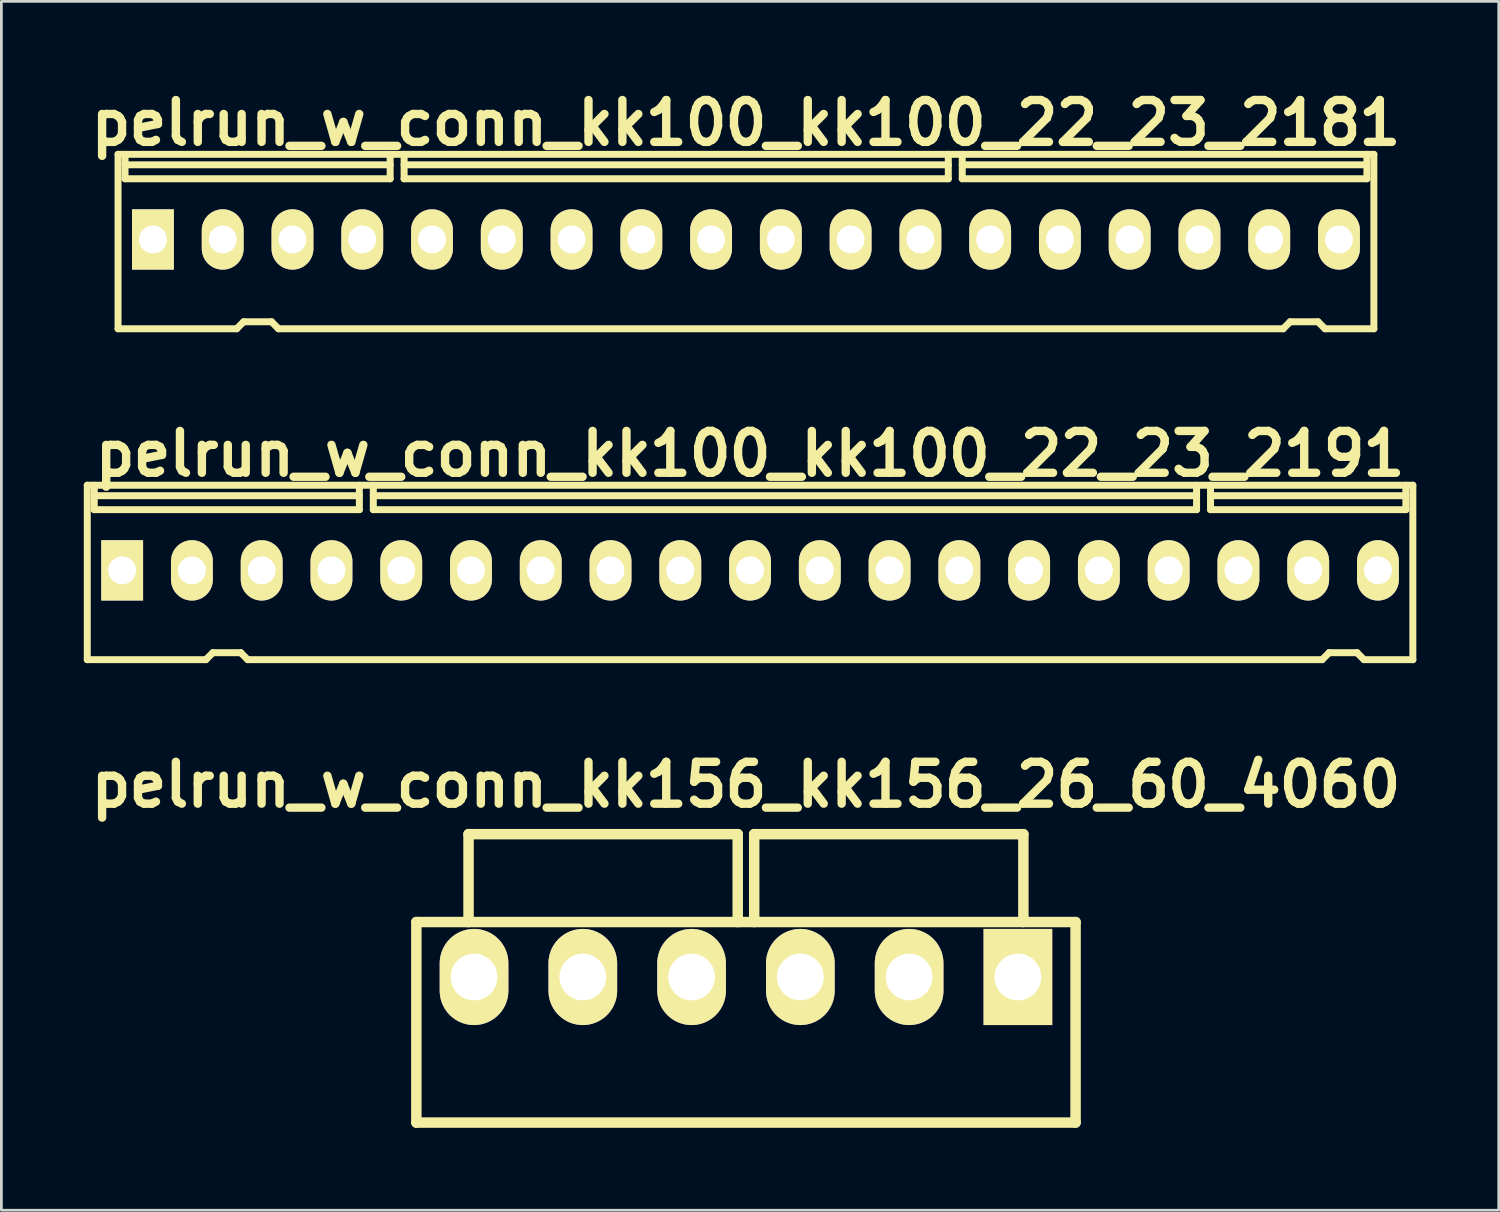
<source format=kicad_pcb>
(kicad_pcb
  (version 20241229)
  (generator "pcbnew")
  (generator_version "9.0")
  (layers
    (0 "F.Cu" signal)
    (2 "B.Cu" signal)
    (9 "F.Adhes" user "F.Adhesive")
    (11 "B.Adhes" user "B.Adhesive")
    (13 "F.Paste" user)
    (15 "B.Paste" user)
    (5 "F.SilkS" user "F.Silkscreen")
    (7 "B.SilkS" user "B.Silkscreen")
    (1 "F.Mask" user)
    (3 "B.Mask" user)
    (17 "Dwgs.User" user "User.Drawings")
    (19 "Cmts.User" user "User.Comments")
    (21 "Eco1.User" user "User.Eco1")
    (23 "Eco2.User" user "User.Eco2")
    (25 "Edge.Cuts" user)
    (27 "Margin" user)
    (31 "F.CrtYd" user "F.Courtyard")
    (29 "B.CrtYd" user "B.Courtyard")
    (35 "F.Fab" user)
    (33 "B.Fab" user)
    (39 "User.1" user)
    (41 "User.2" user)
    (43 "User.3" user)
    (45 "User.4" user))
  (footprint "pelrun_w_conn_kk100_kk100_22_23_2181"
    (layer "F.Cu")
    (at 24.108 5.744)
    (property "Reference" "pelrun_w_conn_kk100_kk100_22_23_2181" (at 0 -4.318 0) (layer "F.SilkS") (effects (font (size 1.524 1.524) (thickness 0.305))))
    (attr through_hole)
    (fp_line (start -22.86 3.175) (end -22.86 -3.175) (stroke (width 0.254) (type solid)) (layer "F.SilkS"))
    (fp_line (start -22.606 -2.286) (end -22.606 -3.175) (stroke (width 0.254) (type solid)) (layer "F.SilkS"))
    (fp_line (start -18.542 3.175) (end -22.86 3.175) (stroke (width 0.254) (type solid)) (layer "F.SilkS"))
    (fp_line (start -18.288 2.921) (end -18.542 3.175) (stroke (width 0.254) (type solid)) (layer "F.SilkS"))
    (fp_line (start -18.288 2.921) (end -17.272 2.921) (stroke (width 0.254) (type solid)) (layer "F.SilkS"))
    (fp_line (start -17.272 2.921) (end -17.018 3.175) (stroke (width 0.254) (type solid)) (layer "F.SilkS"))
    (fp_line (start -17.018 3.175) (end 19.558 3.175) (stroke (width 0.254) (type solid)) (layer "F.SilkS"))
    (fp_line (start -12.954 -2.794) (end -22.606 -2.794) (stroke (width 0.254) (type solid)) (layer "F.SilkS"))
    (fp_line (start -12.954 -2.286) (end -22.606 -2.286) (stroke (width 0.254) (type solid)) (layer "F.SilkS"))
    (fp_line (start -12.954 -2.286) (end -12.954 -3.175) (stroke (width 0.254) (type solid)) (layer "F.SilkS"))
    (fp_line (start -12.446 -2.794) (end 7.366 -2.794) (stroke (width 0.254) (type solid)) (layer "F.SilkS"))
    (fp_line (start -12.446 -2.286) (end -12.446 -3.175) (stroke (width 0.254) (type solid)) (layer "F.SilkS"))
    (fp_line (start 7.366 -2.286) (end -12.446 -2.286) (stroke (width 0.254) (type solid)) (layer "F.SilkS"))
    (fp_line (start 7.366 -2.286) (end 7.366 -3.175) (stroke (width 0.254) (type solid)) (layer "F.SilkS"))
    (fp_line (start 7.874 -2.286) (end 7.874 -3.175) (stroke (width 0.254) (type solid)) (layer "F.SilkS"))
    (fp_line (start 7.874 -2.286) (end 22.606 -2.286) (stroke (width 0.254) (type solid)) (layer "F.SilkS"))
    (fp_line (start 19.812 2.921) (end 19.558 3.175) (stroke (width 0.254) (type solid)) (layer "F.SilkS"))
    (fp_line (start 19.812 2.921) (end 20.828 2.921) (stroke (width 0.254) (type solid)) (layer "F.SilkS"))
    (fp_line (start 20.828 2.921) (end 21.082 3.175) (stroke (width 0.254) (type solid)) (layer "F.SilkS"))
    (fp_line (start 21.082 3.175) (end 22.86 3.175) (stroke (width 0.254) (type solid)) (layer "F.SilkS"))
    (fp_line (start 22.606 -2.794) (end 7.874 -2.794) (stroke (width 0.254) (type solid)) (layer "F.SilkS"))
    (fp_line (start 22.606 -2.286) (end 22.606 -3.175) (stroke (width 0.254) (type solid)) (layer "F.SilkS"))
    (fp_line (start 22.86 -3.175) (end -22.86 -3.175) (stroke (width 0.254) (type solid)) (layer "F.SilkS"))
    (fp_line (start 22.86 -3.175) (end 22.86 3.175) (stroke (width 0.254) (type solid)) (layer "F.SilkS"))
    (pad "1" thru_hole rect (at -21.59 -0.076) (size 1.524 2.197) (drill 1.016) (layers "*.Cu" "*.Mask" "F.SilkS"))
    (pad "2" thru_hole oval (at -19.05 -0.076) (size 1.524 2.197) (drill 1.016) (layers "*.Cu" "*.Mask" "F.SilkS"))
    (pad "3" thru_hole oval (at -16.51 -0.076) (size 1.524 2.197) (drill 1.016) (layers "*.Cu" "*.Mask" "F.SilkS"))
    (pad "4" thru_hole oval (at -13.97 -0.076) (size 1.524 2.197) (drill 1.016) (layers "*.Cu" "*.Mask" "F.SilkS"))
    (pad "5" thru_hole oval (at -11.43 -0.076) (size 1.524 2.197) (drill 1.016) (layers "*.Cu" "*.Mask" "F.SilkS"))
    (pad "6" thru_hole oval (at -8.89 -0.076) (size 1.524 2.197) (drill 1.016) (layers "*.Cu" "*.Mask" "F.SilkS"))
    (pad "7" thru_hole oval (at -6.35 -0.076) (size 1.524 2.197) (drill 1.016) (layers "*.Cu" "*.Mask" "F.SilkS"))
    (pad "8" thru_hole oval (at -3.81 -0.076) (size 1.524 2.197) (drill 1.016) (layers "*.Cu" "*.Mask" "F.SilkS"))
    (pad "9" thru_hole oval (at -1.27 -0.076) (size 1.524 2.197) (drill 1.016) (layers "*.Cu" "*.Mask" "F.SilkS"))
    (pad "10" thru_hole oval (at 1.27 -0.076) (size 1.524 2.197) (drill 1.016) (layers "*.Cu" "*.Mask" "F.SilkS"))
    (pad "11" thru_hole oval (at 3.81 -0.076) (size 1.524 2.197) (drill 1.016) (layers "*.Cu" "*.Mask" "F.SilkS"))
    (pad "12" thru_hole oval (at 6.35 -0.076) (size 1.524 2.197) (drill 1.016) (layers "*.Cu" "*.Mask" "F.SilkS"))
    (pad "13" thru_hole oval (at 8.89 -0.076) (size 1.524 2.197) (drill 1.016) (layers "*.Cu" "*.Mask" "F.SilkS"))
    (pad "14" thru_hole oval (at 11.43 -0.076) (size 1.524 2.197) (drill 1.016) (layers "*.Cu" "*.Mask" "F.SilkS"))
    (pad "15" thru_hole oval (at 13.97 -0.076) (size 1.524 2.197) (drill 1.016) (layers "*.Cu" "*.Mask" "F.SilkS"))
    (pad "16" thru_hole oval (at 16.51 -0.076) (size 1.524 2.197) (drill 1.016) (layers "*.Cu" "*.Mask" "F.SilkS"))
    (pad "17" thru_hole oval (at 19.05 -0.076) (size 1.524 2.197) (drill 1.016) (layers "*.Cu" "*.Mask" "F.SilkS"))
    (pad "18" thru_hole oval (at 21.59 -0.076) (size 1.524 2.197) (drill 1.016) (layers "*.Cu" "*.Mask" "F.SilkS")))
  (footprint "pelrun_w_conn_kk100_kk100_22_23_2191"
    (layer "F.Cu")
    (at 24.257 17.791)
    (property "Reference" "pelrun_w_conn_kk100_kk100_22_23_2191" (at 0 -4.318 0) (layer "F.SilkS") (effects (font (size 1.524 1.524) (thickness 0.305))))
    (attr through_hole)
    (fp_line (start -24.13 3.175) (end -24.13 -3.175) (stroke (width 0.254) (type solid)) (layer "F.SilkS"))
    (fp_line (start -23.876 -2.286) (end -23.876 -3.175) (stroke (width 0.254) (type solid)) (layer "F.SilkS"))
    (fp_line (start -19.812 3.175) (end -24.13 3.175) (stroke (width 0.254) (type solid)) (layer "F.SilkS"))
    (fp_line (start -19.558 2.921) (end -19.812 3.175) (stroke (width 0.254) (type solid)) (layer "F.SilkS"))
    (fp_line (start -19.558 2.921) (end -18.542 2.921) (stroke (width 0.254) (type solid)) (layer "F.SilkS"))
    (fp_line (start -18.542 2.921) (end -18.288 3.175) (stroke (width 0.254) (type solid)) (layer "F.SilkS"))
    (fp_line (start -18.288 3.175) (end 20.828 3.175) (stroke (width 0.254) (type solid)) (layer "F.SilkS"))
    (fp_line (start -14.224 -2.794) (end -23.876 -2.794) (stroke (width 0.254) (type solid)) (layer "F.SilkS"))
    (fp_line (start -14.224 -2.286) (end -23.876 -2.286) (stroke (width 0.254) (type solid)) (layer "F.SilkS"))
    (fp_line (start -14.224 -2.286) (end -14.224 -3.175) (stroke (width 0.254) (type solid)) (layer "F.SilkS"))
    (fp_line (start -13.716 -2.286) (end -13.716 -3.175) (stroke (width 0.254) (type solid)) (layer "F.SilkS"))
    (fp_line (start -13.716 -2.286) (end 16.256 -2.286) (stroke (width 0.254) (type solid)) (layer "F.SilkS"))
    (fp_line (start 16.256 -2.794) (end -13.716 -2.794) (stroke (width 0.254) (type solid)) (layer "F.SilkS"))
    (fp_line (start 16.256 -2.286) (end 16.256 -3.175) (stroke (width 0.254) (type solid)) (layer "F.SilkS"))
    (fp_line (start 16.764 -2.794) (end 23.876 -2.794) (stroke (width 0.254) (type solid)) (layer "F.SilkS"))
    (fp_line (start 16.764 -2.286) (end 16.764 -3.175) (stroke (width 0.254) (type solid)) (layer "F.SilkS"))
    (fp_line (start 16.764 -2.286) (end 23.876 -2.286) (stroke (width 0.254) (type solid)) (layer "F.SilkS"))
    (fp_line (start 21.082 2.921) (end 20.828 3.175) (stroke (width 0.254) (type solid)) (layer "F.SilkS"))
    (fp_line (start 21.082 2.921) (end 22.098 2.921) (stroke (width 0.254) (type solid)) (layer "F.SilkS"))
    (fp_line (start 22.098 2.921) (end 22.352 3.175) (stroke (width 0.254) (type solid)) (layer "F.SilkS"))
    (fp_line (start 22.352 3.175) (end 24.13 3.175) (stroke (width 0.254) (type solid)) (layer "F.SilkS"))
    (fp_line (start 23.876 -2.286) (end 23.876 -3.175) (stroke (width 0.254) (type solid)) (layer "F.SilkS"))
    (fp_line (start 24.13 -3.175) (end -24.13 -3.175) (stroke (width 0.254) (type solid)) (layer "F.SilkS"))
    (fp_line (start 24.13 -3.175) (end 24.13 3.175) (stroke (width 0.254) (type solid)) (layer "F.SilkS"))
    (pad "1" thru_hole rect (at -22.86 -0.076) (size 1.524 2.197) (drill 1.016) (layers "*.Cu" "*.Mask" "F.SilkS"))
    (pad "2" thru_hole oval (at -20.32 -0.076) (size 1.524 2.197) (drill 1.016) (layers "*.Cu" "*.Mask" "F.SilkS"))
    (pad "3" thru_hole oval (at -17.78 -0.076) (size 1.524 2.197) (drill 1.016) (layers "*.Cu" "*.Mask" "F.SilkS"))
    (pad "4" thru_hole oval (at -15.24 -0.076) (size 1.524 2.197) (drill 1.016) (layers "*.Cu" "*.Mask" "F.SilkS"))
    (pad "5" thru_hole oval (at -12.7 -0.076) (size 1.524 2.197) (drill 1.016) (layers "*.Cu" "*.Mask" "F.SilkS"))
    (pad "6" thru_hole oval (at -10.16 -0.076) (size 1.524 2.197) (drill 1.016) (layers "*.Cu" "*.Mask" "F.SilkS"))
    (pad "7" thru_hole oval (at -7.62 -0.076) (size 1.524 2.197) (drill 1.016) (layers "*.Cu" "*.Mask" "F.SilkS"))
    (pad "8" thru_hole oval (at -5.08 -0.076) (size 1.524 2.197) (drill 1.016) (layers "*.Cu" "*.Mask" "F.SilkS"))
    (pad "9" thru_hole oval (at -2.54 -0.076) (size 1.524 2.197) (drill 1.016) (layers "*.Cu" "*.Mask" "F.SilkS"))
    (pad "10" thru_hole oval (at 0 -0.076) (size 1.524 2.197) (drill 1.016) (layers "*.Cu" "*.Mask" "F.SilkS"))
    (pad "11" thru_hole oval (at 2.54 -0.076) (size 1.524 2.197) (drill 1.016) (layers "*.Cu" "*.Mask" "F.SilkS"))
    (pad "12" thru_hole oval (at 5.08 -0.076) (size 1.524 2.197) (drill 1.016) (layers "*.Cu" "*.Mask" "F.SilkS"))
    (pad "13" thru_hole oval (at 7.62 -0.076) (size 1.524 2.197) (drill 1.016) (layers "*.Cu" "*.Mask" "F.SilkS"))
    (pad "14" thru_hole oval (at 10.16 -0.076) (size 1.524 2.197) (drill 1.016) (layers "*.Cu" "*.Mask" "F.SilkS"))
    (pad "15" thru_hole oval (at 12.7 -0.076) (size 1.524 2.197) (drill 1.016) (layers "*.Cu" "*.Mask" "F.SilkS"))
    (pad "16" thru_hole oval (at 15.24 -0.076) (size 1.524 2.197) (drill 1.016) (layers "*.Cu" "*.Mask" "F.SilkS"))
    (pad "17" thru_hole oval (at 17.78 -0.076) (size 1.524 2.197) (drill 1.016) (layers "*.Cu" "*.Mask" "F.SilkS"))
    (pad "18" thru_hole oval (at 20.32 -0.076) (size 1.524 2.197) (drill 1.016) (layers "*.Cu" "*.Mask" "F.SilkS"))
    (pad "19" thru_hole oval (at 22.86 -0.076) (size 1.524 2.197) (drill 1.016) (layers "*.Cu" "*.Mask" "F.SilkS")))
  (footprint "pelrun_w_conn_kk156_kk156_26_60_4060"
    (layer "F.Cu")
    (at 24.108 32.519)
    (property "Reference" "pelrun_w_conn_kk156_kk156_26_60_4060" (at 0 -7 0) (layer "F.SilkS") (effects (font (size 1.524 1.524) (thickness 0.305))))
    (attr through_hole)
    (fp_line (start -12 -2) (end 12 -2) (stroke (width 0.381) (type solid)) (layer "F.SilkS"))
    (fp_line (start -12 5.3) (end -12 -2) (stroke (width 0.381) (type solid)) (layer "F.SilkS"))
    (fp_line (start -12 5.3) (end 12 5.3) (stroke (width 0.381) (type solid)) (layer "F.SilkS"))
    (fp_line (start -10.1 -2) (end -10.1 -5.2) (stroke (width 0.381) (type solid)) (layer "F.SilkS"))
    (fp_line (start -0.3 -5.2) (end -10.1 -5.2) (stroke (width 0.381) (type solid)) (layer "F.SilkS"))
    (fp_line (start -0.3 -2) (end -0.3 -5.2) (stroke (width 0.381) (type solid)) (layer "F.SilkS"))
    (fp_line (start 0.3 -5.2) (end 10.1 -5.2) (stroke (width 0.381) (type solid)) (layer "F.SilkS"))
    (fp_line (start 0.3 -2) (end 0.3 -5.2) (stroke (width 0.381) (type solid)) (layer "F.SilkS"))
    (fp_line (start 10.1 -5.2) (end 10.1 -2) (stroke (width 0.381) (type solid)) (layer "F.SilkS"))
    (fp_line (start 12 -2) (end 12 5.3) (stroke (width 0.381) (type solid)) (layer "F.SilkS"))
    (pad "1" thru_hole rect (at 9.9 0) (size 2.5 3.5) (drill 1.7) (layers "*.Cu" "*.Mask" "F.SilkS"))
    (pad "2" thru_hole oval (at 5.94 0) (size 2.5 3.5) (drill 1.7) (layers "*.Cu" "*.Mask" "F.SilkS"))
    (pad "3" thru_hole oval (at 1.98 0) (size 2.5 3.5) (drill 1.7) (layers "*.Cu" "*.Mask" "F.SilkS"))
    (pad "4" thru_hole oval (at -1.98 0) (size 2.5 3.5) (drill 1.7) (layers "*.Cu" "*.Mask" "F.SilkS"))
    (pad "5" thru_hole oval (at -5.94 0) (size 2.5 3.5) (drill 1.7) (layers "*.Cu" "*.Mask" "F.SilkS"))
    (pad "6" thru_hole oval (at -9.9 0) (size 2.5 3.5) (drill 1.7) (layers "*.Cu" "*.Mask" "F.SilkS")))
  (gr_rect
    (start -3 -3)
    (end 51.514 41.01)
    (stroke (width 0.1) (type default))
    (fill no)
    (layer "Edge.Cuts")))
</source>
